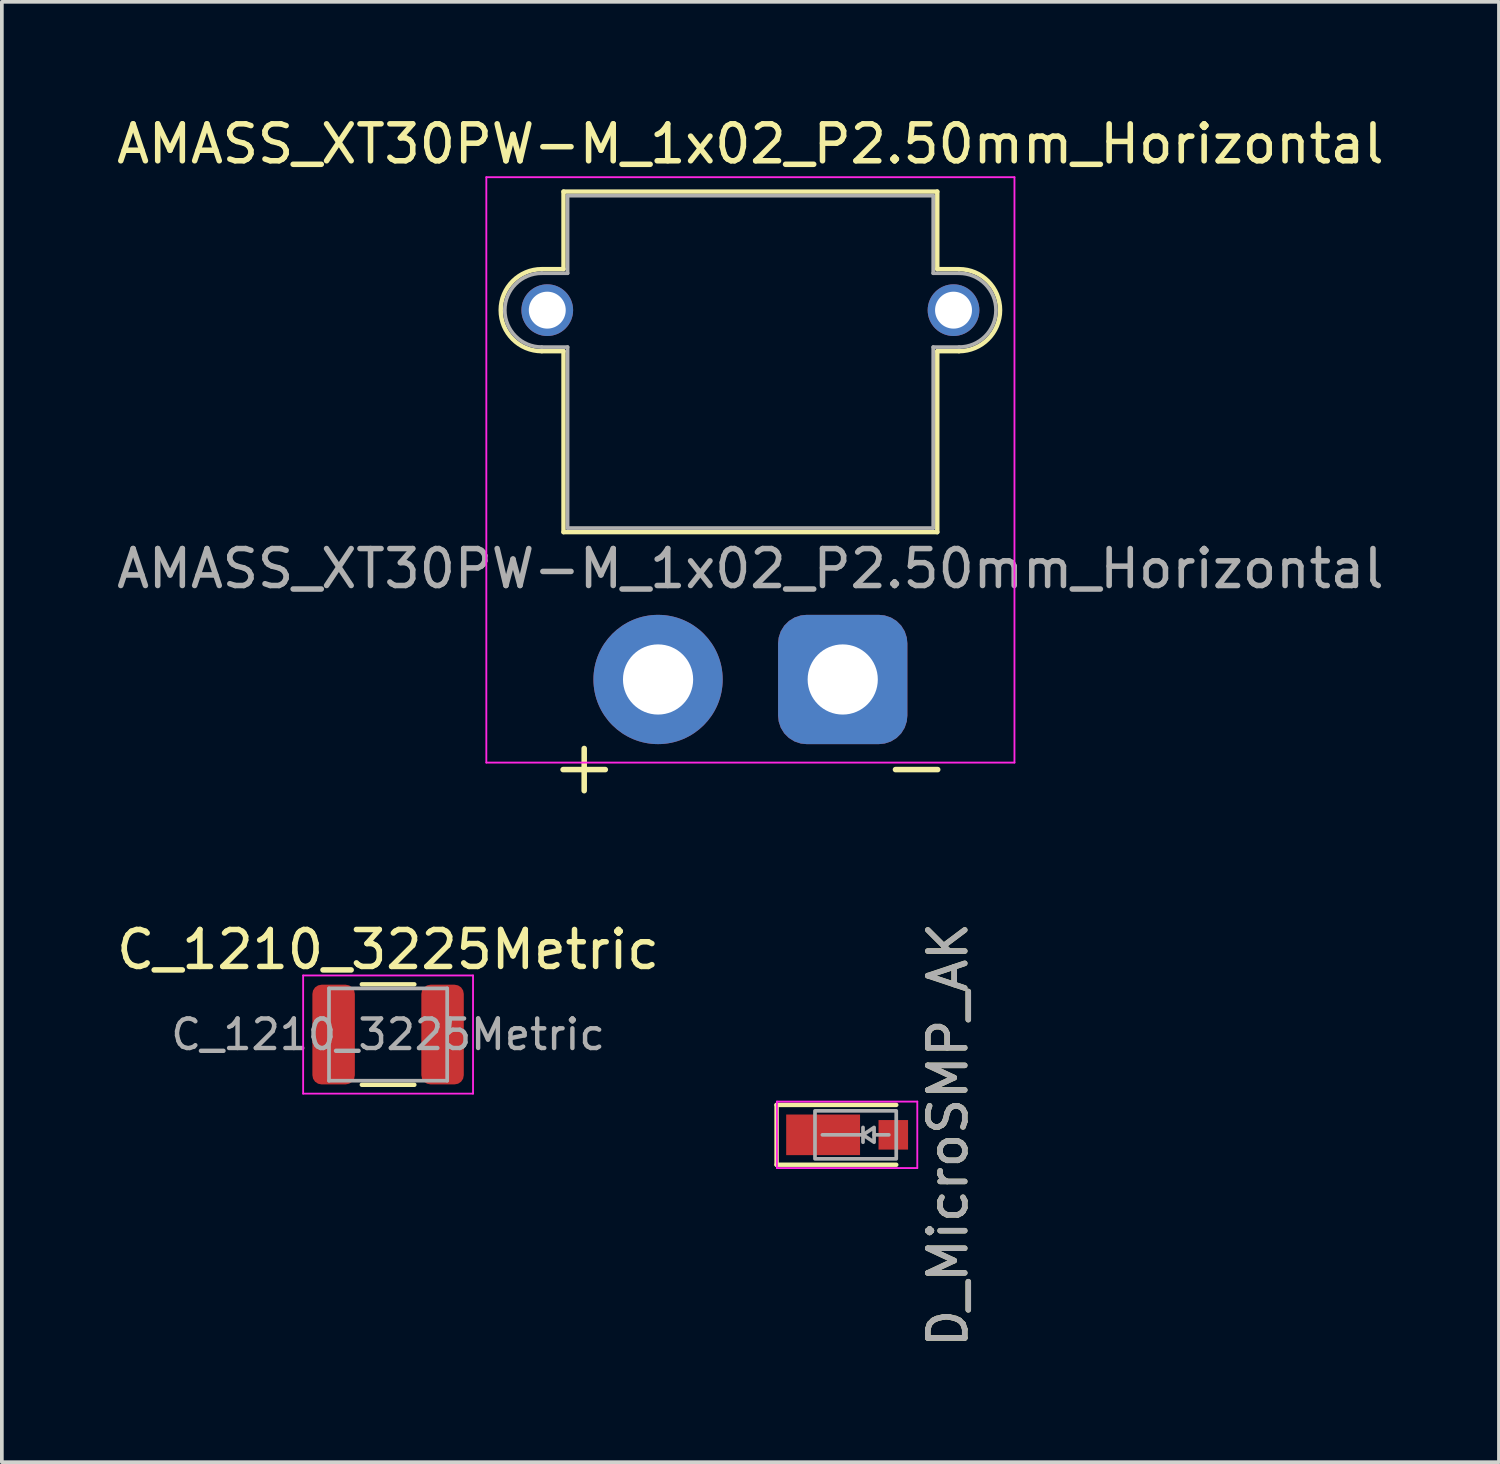
<source format=kicad_pcb>
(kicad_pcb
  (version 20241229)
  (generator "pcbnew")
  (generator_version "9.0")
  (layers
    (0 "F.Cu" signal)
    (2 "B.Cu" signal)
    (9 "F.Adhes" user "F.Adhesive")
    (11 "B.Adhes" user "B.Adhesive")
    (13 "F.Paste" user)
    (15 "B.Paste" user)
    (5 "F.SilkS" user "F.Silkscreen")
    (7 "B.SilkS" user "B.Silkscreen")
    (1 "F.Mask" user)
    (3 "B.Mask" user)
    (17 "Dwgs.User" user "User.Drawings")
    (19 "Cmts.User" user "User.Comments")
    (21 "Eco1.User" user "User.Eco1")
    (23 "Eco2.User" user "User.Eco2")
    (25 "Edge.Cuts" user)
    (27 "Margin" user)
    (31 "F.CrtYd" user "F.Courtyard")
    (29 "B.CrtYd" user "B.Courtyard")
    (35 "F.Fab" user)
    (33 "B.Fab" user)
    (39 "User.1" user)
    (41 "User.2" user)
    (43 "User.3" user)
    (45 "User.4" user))
  (footprint "AMASS_XT30PW-M_1x02_P2.50mm_Horizontal"
    (layer "F.Cu")
    (at 19.768 15.348)
    (property "Reference" "AMASS_XT30PW-M_1x02_P2.50mm_Horizontal" (at -2.5 -14.5 0) (layer "F.SilkS") (effects (font (size 1 1) (thickness 0.15))))
    (attr through_hole)
    (fp_line (start -8.15 -11.11) (end -7.56 -11.11) (stroke (width 0.12) (type solid)) (layer "F.SilkS"))
    (fp_line (start -8.15 -8.89) (end -7.56 -8.89) (stroke (width 0.12) (type solid)) (layer "F.SilkS"))
    (fp_line (start -7.56 -13.21) (end -7.56 -11.11) (stroke (width 0.12) (type solid)) (layer "F.SilkS"))
    (fp_line (start -7.56 -13.21) (end 2.56 -13.21) (stroke (width 0.12) (type solid)) (layer "F.SilkS"))
    (fp_line (start -7.56 -8.89) (end -7.56 -3.99) (stroke (width 0.12) (type solid)) (layer "F.SilkS"))
    (fp_line (start -7.56 -3.99) (end 2.56 -3.99) (stroke (width 0.12) (type solid)) (layer "F.SilkS"))
    (fp_line (start 2.56 -13.21) (end 2.56 -11.11) (stroke (width 0.12) (type solid)) (layer "F.SilkS"))
    (fp_line (start 2.56 -11.11) (end 3.15 -11.11) (stroke (width 0.12) (type solid)) (layer "F.SilkS"))
    (fp_line (start 2.56 -8.89) (end 2.56 -3.99) (stroke (width 0.12) (type solid)) (layer "F.SilkS"))
    (fp_line (start 2.56 -8.89) (end 3.15 -8.89) (stroke (width 0.12) (type solid)) (layer "F.SilkS"))
    (fp_arc (start -8.15 -8.89) (mid -9.26 -10) (end -8.15 -11.11) (stroke (width 0.12) (type solid)) (layer "F.SilkS"))
    (fp_arc (start 3.15 -11.11) (mid 4.26 -10) (end 3.15 -8.89) (stroke (width 0.12) (type solid)) (layer "F.SilkS"))
    (fp_line (start -9.65 -13.6) (end -9.65 2.25) (stroke (width 0.05) (type solid)) (layer "F.CrtYd"))
    (fp_line (start -9.65 -13.6) (end 4.65 -13.6) (stroke (width 0.05) (type solid)) (layer "F.CrtYd"))
    (fp_line (start -9.65 2.25) (end 4.65 2.25) (stroke (width 0.05) (type solid)) (layer "F.CrtYd"))
    (fp_line (start 4.65 -13.6) (end 4.65 2.25) (stroke (width 0.05) (type solid)) (layer "F.CrtYd"))
    (fp_line (start -8.15 -11) (end -7.45 -11) (stroke (width 0.1) (type solid)) (layer "F.Fab"))
    (fp_line (start -8.15 -9) (end -7.45 -9) (stroke (width 0.1) (type solid)) (layer "F.Fab"))
    (fp_line (start -7.45 -13.1) (end -7.45 -11) (stroke (width 0.1) (type solid)) (layer "F.Fab"))
    (fp_line (start -7.45 -13.1) (end 2.45 -13.1) (stroke (width 0.1) (type solid)) (layer "F.Fab"))
    (fp_line (start -7.45 -9) (end -7.45 -4.1) (stroke (width 0.1) (type solid)) (layer "F.Fab"))
    (fp_line (start -7.45 -4.1) (end 2.45 -4.1) (stroke (width 0.1) (type solid)) (layer "F.Fab"))
    (fp_line (start 2.45 -13.1) (end 2.45 -11) (stroke (width 0.1) (type solid)) (layer "F.Fab"))
    (fp_line (start 2.45 -11) (end 3.15 -11) (stroke (width 0.1) (type solid)) (layer "F.Fab"))
    (fp_line (start 2.45 -9) (end 2.45 -4.1) (stroke (width 0.1) (type solid)) (layer "F.Fab"))
    (fp_line (start 2.45 -9) (end 3.15 -9) (stroke (width 0.1) (type solid)) (layer "F.Fab"))
    (fp_arc (start -8.15 -9) (mid -9.15 -10) (end -8.15 -11) (stroke (width 0.1) (type solid)) (layer "F.Fab"))
    (fp_arc (start 3.15 -11) (mid 4.15 -10) (end 3.15 -9) (stroke (width 0.1) (type solid)) (layer "F.Fab"))
    (fp_text user "+" (at -7 2.325 0) (layer "F.SilkS") (effects (font (size 1.5 1.5) (thickness 0.15))))
    (fp_text user "-" (at 2 2.325 0) (layer "F.SilkS") (effects (font (size 1.5 1.5) (thickness 0.15))))
    (fp_text user "${REFERENCE}" (at -2.5 -3 0) (layer "F.Fab") (effects (font (size 1 1) (thickness 0.15))))
    (pad "" thru_hole circle (at -8 -10 180) (size 1.4 1.4) (drill 1) (layers "*.Cu" "*.Mask"))
    (pad "" thru_hole circle (at 3 -10 180) (size 1.4 1.4) (drill 1) (layers "*.Cu" "*.Mask"))
    (pad "1" thru_hole roundrect (at 0 0 180) (size 3.5 3.5) (drill 1.9) (layers "*.Cu" "*.Mask") (roundrect_rratio 0.22))
    (pad "2" thru_hole circle (at -5 0 180) (size 3.5 3.5) (drill 1.9) (layers "*.Cu" "*.Mask")))
  (footprint "C_1210_3225Metric"
    (layer "F.Cu")
    (at 7.458 24.962)
    (property "Reference" "C_1210_3225Metric" (at 0 -2.3 0) (layer "F.SilkS") (effects (font (size 1 1) (thickness 0.15))))
    (attr smd)
    (fp_line (start -0.711 -1.36) (end 0.711 -1.36) (stroke (width 0.12) (type solid)) (layer "F.SilkS"))
    (fp_line (start -0.711 1.36) (end 0.711 1.36) (stroke (width 0.12) (type solid)) (layer "F.SilkS"))
    (fp_line (start -2.3 -1.6) (end 2.3 -1.6) (stroke (width 0.05) (type solid)) (layer "F.CrtYd"))
    (fp_line (start -2.3 1.6) (end -2.3 -1.6) (stroke (width 0.05) (type solid)) (layer "F.CrtYd"))
    (fp_line (start 2.3 -1.6) (end 2.3 1.6) (stroke (width 0.05) (type solid)) (layer "F.CrtYd"))
    (fp_line (start 2.3 1.6) (end -2.3 1.6) (stroke (width 0.05) (type solid)) (layer "F.CrtYd"))
    (fp_line (start -1.6 -1.25) (end 1.6 -1.25) (stroke (width 0.1) (type solid)) (layer "F.Fab"))
    (fp_line (start -1.6 1.25) (end -1.6 -1.25) (stroke (width 0.1) (type solid)) (layer "F.Fab"))
    (fp_line (start 1.6 -1.25) (end 1.6 1.25) (stroke (width 0.1) (type solid)) (layer "F.Fab"))
    (fp_line (start 1.6 1.25) (end -1.6 1.25) (stroke (width 0.1) (type solid)) (layer "F.Fab"))
    (fp_text user "${REFERENCE}" (at 0 0 0) (layer "F.Fab") (effects (font (size 0.8 0.8) (thickness 0.12))))
    (pad "1" smd roundrect (at -1.475 0 180) (size 1.15 2.7) (layers "F.Cu" "F.Mask" "F.Paste") (roundrect_rratio 0.217))
    (pad "2" smd roundrect (at 1.475 0 180) (size 1.15 2.7) (layers "F.Cu" "F.Mask" "F.Paste") (roundrect_rratio 0.217)))
  (footprint "D_MicroSMP_AK"
    (layer "F.Cu")
    (at 20.117 27.677)
    (property "Reference" "D_MicroSMP_AK" (at 2.5 0 90) (unlocked yes) (layer "F.SilkS") (effects (font (size 1 1) (thickness 0.15))))
    (attr smd)
    (fp_line (start -2.14 -0.81) (end -2.14 0.81) (stroke (width 0.12) (type solid)) (layer "F.SilkS"))
    (fp_line (start -2.14 -0.81) (end 1.1 -0.81) (stroke (width 0.12) (type solid)) (layer "F.SilkS"))
    (fp_line (start -2.14 0.81) (end 1.1 0.81) (stroke (width 0.12) (type solid)) (layer "F.SilkS"))
    (fp_line (start -2.13 -0.9) (end -2.13 0.9) (stroke (width 0.05) (type solid)) (layer "F.CrtYd"))
    (fp_line (start -2.13 -0.9) (end 1.67 -0.9) (stroke (width 0.05) (type solid)) (layer "F.CrtYd"))
    (fp_line (start -2.13 0.9) (end 1.67 0.9) (stroke (width 0.05) (type solid)) (layer "F.CrtYd"))
    (fp_line (start 1.67 -0.9) (end 1.67 0.9) (stroke (width 0.05) (type solid)) (layer "F.CrtYd"))
    (fp_line (start 0.2 -0.2) (end 0.2 0.2) (stroke (width 0.1) (type solid)) (layer "F.Fab"))
    (fp_line (start 0.2 0) (end -0.9 0) (stroke (width 0.1) (type solid)) (layer "F.Fab"))
    (fp_line (start 0.9 0) (end 0.5 0) (stroke (width 0.1) (type solid)) (layer "F.Fab"))
    (fp_rect (start -1.1 -0.65) (end 1.1 0.65) (stroke (width 0.1) (type solid)) (fill no) (layer "F.Fab"))
    (fp_poly (pts (xy 0.5 0.2) (xy 0.2 0) (xy 0.5 -0.2)) (stroke (width 0.1) (type solid)) (fill no) (layer "F.Fab"))
    (fp_text user "${REFERENCE}" (at 2.5 0 90) (unlocked yes) (layer "F.Fab") (effects (font (size 1 1) (thickness 0.15))))
    (pad "1" smd rect (at -0.88 0 180) (size 2 1.1) (layers "F.Cu" "F.Mask" "F.Paste"))
    (pad "2" smd rect (at 1.02 0 180) (size 0.8 0.8) (layers "F.Cu" "F.Mask" "F.Paste")))
  (gr_rect
    (start -3 -3)
    (end 37.536 36.54)
    (stroke (width 0.1) (type default))
    (fill no)
    (layer "Edge.Cuts")))
</source>
